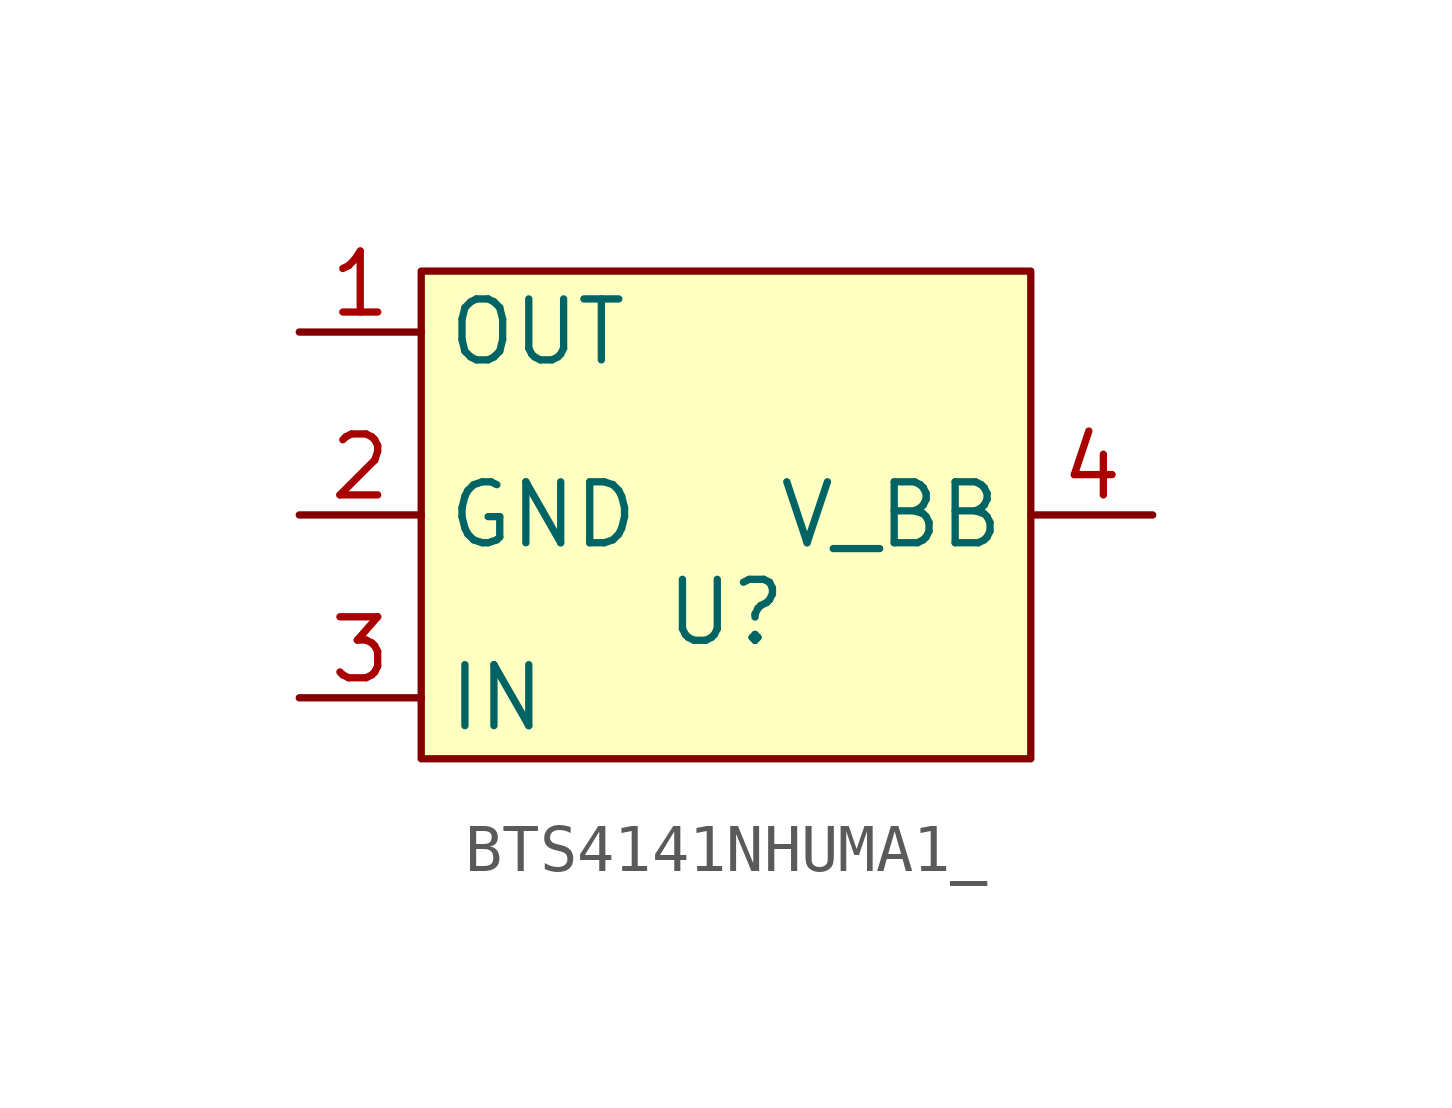
<source format=kicad_sym>
(kicad_symbol_lib
  (version 20241209)
  (generator "kicad_symbol_editor")
  (generator_version "9.0")
  (symbol "BTS4141NHUMA1_"
    (property "Reference" "U"
      (at 1.27 -2.032 0)
      (effects (font (size 1.27 1.27))))
    (property "Value" ""
      (at 0 0 0)
      (effects (font (size 1.27 1.27))))
    (symbol "BTS4141NHUMA1__1_1"
      (rectangle (start -5.08 5.08) (end 7.62 -5.08) (stroke (width 0) (type solid)) (fill (type background)))
      (pin bidirectional line (at -7.62 3.81 0) (length 2.54) (name "OUT" (effects (font (size 1.27 1.27)))) (number "1" (effects (font (size 1.27 1.27)))))
      (pin bidirectional line (at -7.62 0 0) (length 2.54) (name "GND" (effects (font (size 1.27 1.27)))) (number "2" (effects (font (size 1.27 1.27)))))
      (pin bidirectional line (at -7.62 -3.81 0) (length 2.54) (name "IN" (effects (font (size 1.27 1.27)))) (number "3" (effects (font (size 1.27 1.27)))))
      (pin bidirectional line (at 10.16 0 180) (length 2.54) (name "V_BB" (effects (font (size 1.27 1.27)))) (number "4" (effects (font (size 1.27 1.27))))))))
</source>
